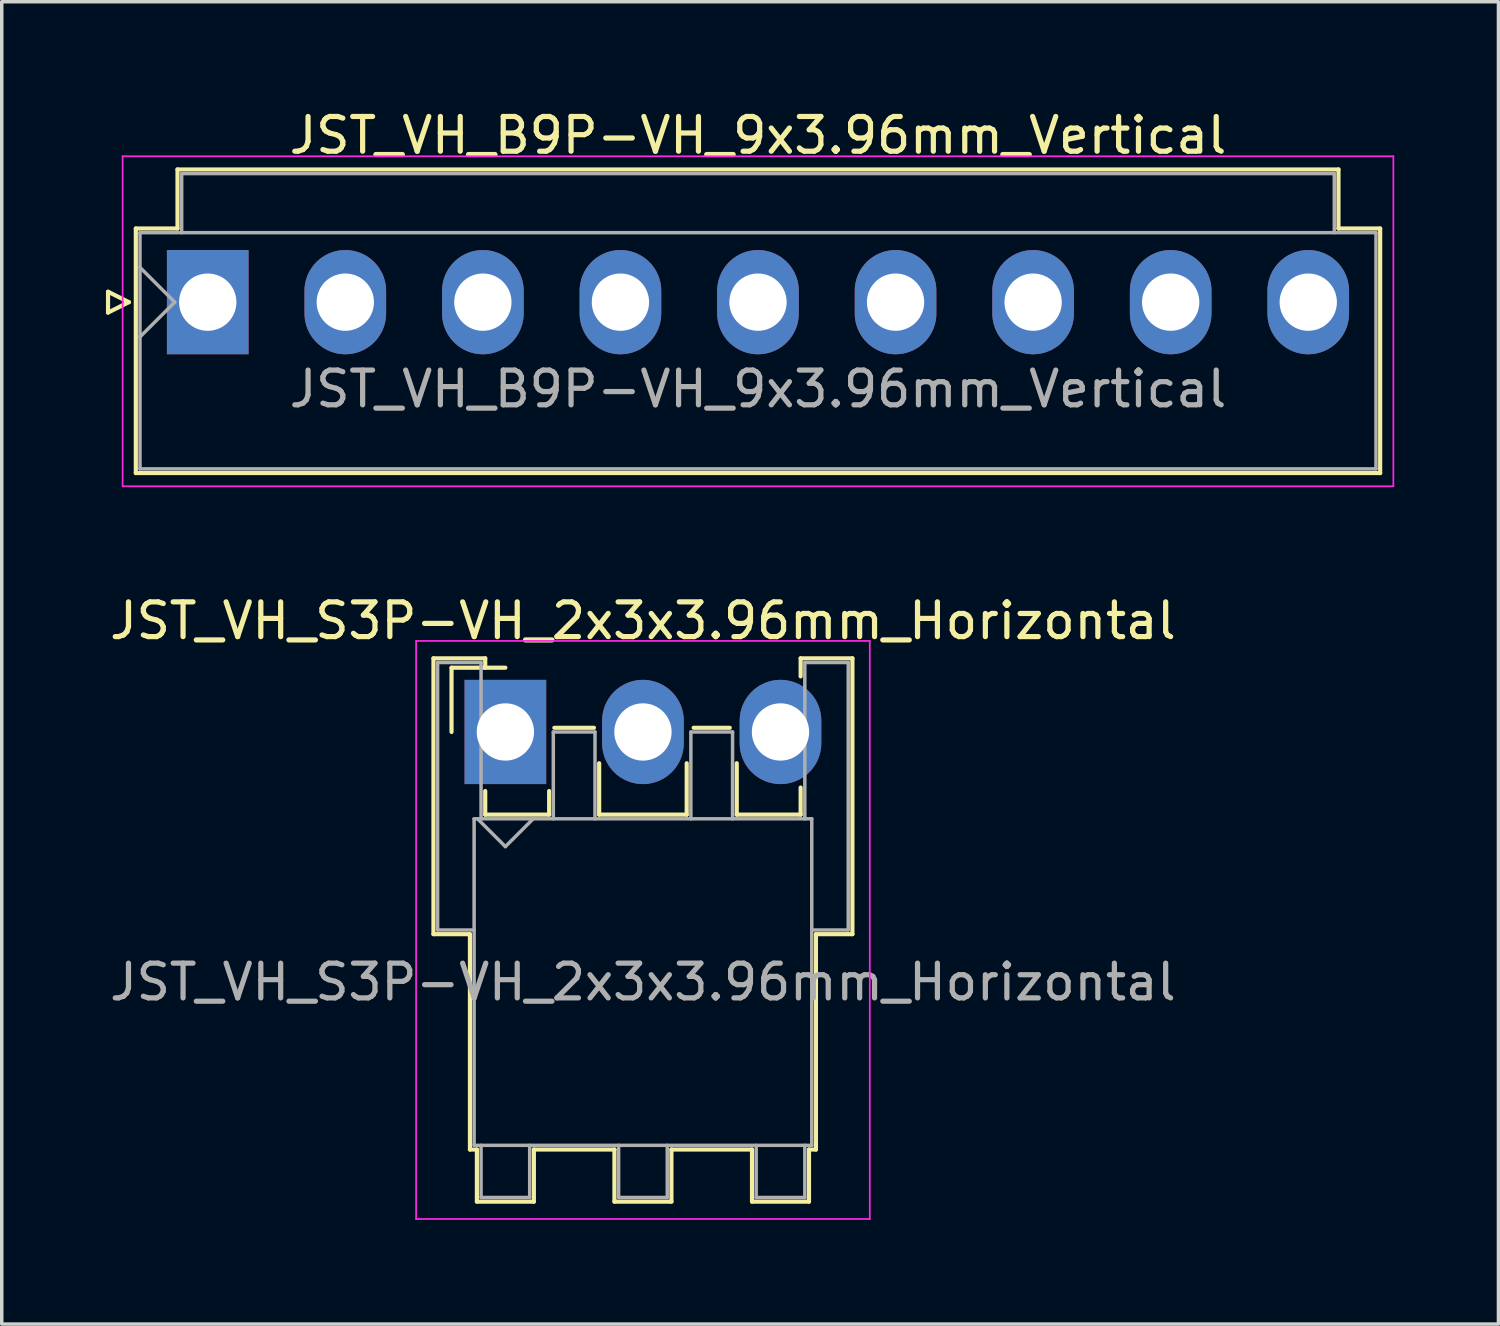
<source format=kicad_pcb>
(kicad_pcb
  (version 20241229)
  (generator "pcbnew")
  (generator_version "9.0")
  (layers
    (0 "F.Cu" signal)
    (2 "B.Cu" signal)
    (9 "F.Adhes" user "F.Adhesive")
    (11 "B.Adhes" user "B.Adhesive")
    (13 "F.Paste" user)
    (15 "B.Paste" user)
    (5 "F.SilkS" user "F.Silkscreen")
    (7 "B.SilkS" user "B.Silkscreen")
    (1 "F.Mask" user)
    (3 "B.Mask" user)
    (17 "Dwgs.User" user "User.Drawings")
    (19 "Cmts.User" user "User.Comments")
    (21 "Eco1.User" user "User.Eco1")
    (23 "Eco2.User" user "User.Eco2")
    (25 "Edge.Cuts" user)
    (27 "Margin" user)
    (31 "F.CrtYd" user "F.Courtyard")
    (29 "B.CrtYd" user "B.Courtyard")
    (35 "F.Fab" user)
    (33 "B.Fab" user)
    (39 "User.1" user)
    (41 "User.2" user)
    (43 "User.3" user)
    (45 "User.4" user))
  (footprint "JST_VH_S3P-VH_2x3x3.96mm_Horizontal"
    (layer "F.Cu")
    (at 11.498 18.021)
    (property "Reference" "JST_VH_S3P-VH_2x3x3.96mm_Horizontal" (at 3.96 -3.2 0) (layer "F.SilkS") (effects (font (size 1 1) (thickness 0.15))))
    (attr through_hole)
    (fp_line (start -2.07 -2.12) (end -0.58 -2.12) (stroke (width 0.12) (type solid)) (layer "F.SilkS"))
    (fp_line (start -2.07 5.82) (end -2.07 -2.12) (stroke (width 0.12) (type solid)) (layer "F.SilkS"))
    (fp_line (start -1.55 -1.85) (end -1.55 0) (stroke (width 0.12) (type solid)) (layer "F.SilkS"))
    (fp_line (start -1.02 5.82) (end -2.07 5.82) (stroke (width 0.12) (type solid)) (layer "F.SilkS"))
    (fp_line (start -1.02 5.82) (end -1.02 12.02) (stroke (width 0.12) (type solid)) (layer "F.SilkS"))
    (fp_line (start -1.02 12.02) (end -0.82 12.02) (stroke (width 0.12) (type solid)) (layer "F.SilkS"))
    (fp_line (start -0.82 12.02) (end -0.82 13.52) (stroke (width 0.12) (type solid)) (layer "F.SilkS"))
    (fp_line (start -0.82 13.52) (end 0.82 13.52) (stroke (width 0.12) (type solid)) (layer "F.SilkS"))
    (fp_line (start -0.58 -2.12) (end -0.58 -1.85) (stroke (width 0.12) (type solid)) (layer "F.SilkS"))
    (fp_line (start -0.58 1.7) (end -0.58 2.38) (stroke (width 0.12) (type solid)) (layer "F.SilkS"))
    (fp_line (start -0.58 2.38) (end 1.26 2.38) (stroke (width 0.12) (type solid)) (layer "F.SilkS"))
    (fp_line (start 0 -1.85) (end -1.55 -1.85) (stroke (width 0.12) (type solid)) (layer "F.SilkS"))
    (fp_line (start 0.82 12.02) (end 3.14 12.02) (stroke (width 0.12) (type solid)) (layer "F.SilkS"))
    (fp_line (start 0.82 13.52) (end 0.82 12.02) (stroke (width 0.12) (type solid)) (layer "F.SilkS"))
    (fp_line (start 1.26 2.38) (end 1.26 1.7) (stroke (width 0.12) (type solid)) (layer "F.SilkS"))
    (fp_line (start 1.41 -0.12) (end 2.55 -0.12) (stroke (width 0.12) (type solid)) (layer "F.SilkS"))
    (fp_line (start 2.7 0.9) (end 2.7 2.38) (stroke (width 0.12) (type solid)) (layer "F.SilkS"))
    (fp_line (start 2.7 2.38) (end 5.22 2.38) (stroke (width 0.12) (type solid)) (layer "F.SilkS"))
    (fp_line (start 3.14 12.02) (end 3.14 13.52) (stroke (width 0.12) (type solid)) (layer "F.SilkS"))
    (fp_line (start 3.14 13.52) (end 4.78 13.52) (stroke (width 0.12) (type solid)) (layer "F.SilkS"))
    (fp_line (start 4.78 12.02) (end 7.1 12.02) (stroke (width 0.12) (type solid)) (layer "F.SilkS"))
    (fp_line (start 4.78 13.52) (end 4.78 12.02) (stroke (width 0.12) (type solid)) (layer "F.SilkS"))
    (fp_line (start 5.22 2.38) (end 5.22 0.9) (stroke (width 0.12) (type solid)) (layer "F.SilkS"))
    (fp_line (start 5.42 -0.12) (end 6.46 -0.12) (stroke (width 0.12) (type solid)) (layer "F.SilkS"))
    (fp_line (start 6.66 0.9) (end 6.66 2.38) (stroke (width 0.12) (type solid)) (layer "F.SilkS"))
    (fp_line (start 6.66 2.38) (end 8.5 2.38) (stroke (width 0.12) (type solid)) (layer "F.SilkS"))
    (fp_line (start 7.1 12.02) (end 7.1 13.52) (stroke (width 0.12) (type solid)) (layer "F.SilkS"))
    (fp_line (start 7.1 13.52) (end 8.74 13.52) (stroke (width 0.12) (type solid)) (layer "F.SilkS"))
    (fp_line (start 8.5 -2.12) (end 9.99 -2.12) (stroke (width 0.12) (type solid)) (layer "F.SilkS"))
    (fp_line (start 8.5 -1.6) (end 8.5 -2.12) (stroke (width 0.12) (type solid)) (layer "F.SilkS"))
    (fp_line (start 8.5 2.38) (end 8.5 1.6) (stroke (width 0.12) (type solid)) (layer "F.SilkS"))
    (fp_line (start 8.74 12.02) (end 8.94 12.02) (stroke (width 0.12) (type solid)) (layer "F.SilkS"))
    (fp_line (start 8.74 13.52) (end 8.74 12.02) (stroke (width 0.12) (type solid)) (layer "F.SilkS"))
    (fp_line (start 8.94 12.02) (end 8.94 5.82) (stroke (width 0.12) (type solid)) (layer "F.SilkS"))
    (fp_line (start 9.99 -2.12) (end 9.99 5.82) (stroke (width 0.12) (type solid)) (layer "F.SilkS"))
    (fp_line (start 9.99 5.82) (end 8.94 5.82) (stroke (width 0.12) (type solid)) (layer "F.SilkS"))
    (fp_line (start -2.57 -2.62) (end -2.57 14.02) (stroke (width 0.05) (type solid)) (layer "F.CrtYd"))
    (fp_line (start -2.57 14.02) (end 10.49 14.02) (stroke (width 0.05) (type solid)) (layer "F.CrtYd"))
    (fp_line (start 10.49 -2.62) (end -2.57 -2.62) (stroke (width 0.05) (type solid)) (layer "F.CrtYd"))
    (fp_line (start 10.49 14.02) (end 10.49 -2.62) (stroke (width 0.05) (type solid)) (layer "F.CrtYd"))
    (fp_line (start -1.95 -2) (end -0.7 -2) (stroke (width 0.1) (type solid)) (layer "F.Fab"))
    (fp_line (start -1.95 5.7) (end -1.95 -2) (stroke (width 0.1) (type solid)) (layer "F.Fab"))
    (fp_line (start -0.9 2.5) (end -0.9 11.9) (stroke (width 0.1) (type solid)) (layer "F.Fab"))
    (fp_line (start -0.9 5.7) (end -1.95 5.7) (stroke (width 0.1) (type solid)) (layer "F.Fab"))
    (fp_line (start -0.9 11.9) (end 8.82 11.9) (stroke (width 0.1) (type solid)) (layer "F.Fab"))
    (fp_line (start -0.8 2.5) (end 0 3.3) (stroke (width 0.1) (type solid)) (layer "F.Fab"))
    (fp_line (start -0.7 -2) (end -0.7 2.5) (stroke (width 0.1) (type solid)) (layer "F.Fab"))
    (fp_line (start -0.7 11.9) (end -0.7 13.4) (stroke (width 0.1) (type solid)) (layer "F.Fab"))
    (fp_line (start -0.7 13.4) (end 0.7 13.4) (stroke (width 0.1) (type solid)) (layer "F.Fab"))
    (fp_line (start 0 3.3) (end 0.8 2.5) (stroke (width 0.1) (type solid)) (layer "F.Fab"))
    (fp_line (start 0.7 13.4) (end 0.7 11.9) (stroke (width 0.1) (type solid)) (layer "F.Fab"))
    (fp_line (start 1.38 0) (end 2.58 0) (stroke (width 0.1) (type solid)) (layer "F.Fab"))
    (fp_line (start 1.38 2.5) (end 1.38 0) (stroke (width 0.1) (type solid)) (layer "F.Fab"))
    (fp_line (start 2.58 0) (end 2.58 2.5) (stroke (width 0.1) (type solid)) (layer "F.Fab"))
    (fp_line (start 3.26 11.9) (end 3.26 13.4) (stroke (width 0.1) (type solid)) (layer "F.Fab"))
    (fp_line (start 3.26 13.4) (end 4.66 13.4) (stroke (width 0.1) (type solid)) (layer "F.Fab"))
    (fp_line (start 4.66 13.4) (end 4.66 11.9) (stroke (width 0.1) (type solid)) (layer "F.Fab"))
    (fp_line (start 5.34 0) (end 6.54 0) (stroke (width 0.1) (type solid)) (layer "F.Fab"))
    (fp_line (start 5.34 2.5) (end 5.34 0) (stroke (width 0.1) (type solid)) (layer "F.Fab"))
    (fp_line (start 6.54 0) (end 6.54 2.5) (stroke (width 0.1) (type solid)) (layer "F.Fab"))
    (fp_line (start 7.22 11.9) (end 7.22 13.4) (stroke (width 0.1) (type solid)) (layer "F.Fab"))
    (fp_line (start 7.22 13.4) (end 8.62 13.4) (stroke (width 0.1) (type solid)) (layer "F.Fab"))
    (fp_line (start 8.62 -2) (end 9.87 -2) (stroke (width 0.1) (type solid)) (layer "F.Fab"))
    (fp_line (start 8.62 2.5) (end 8.62 -2) (stroke (width 0.1) (type solid)) (layer "F.Fab"))
    (fp_line (start 8.62 13.4) (end 8.62 11.9) (stroke (width 0.1) (type solid)) (layer "F.Fab"))
    (fp_line (start 8.82 2.5) (end -0.9 2.5) (stroke (width 0.1) (type solid)) (layer "F.Fab"))
    (fp_line (start 8.82 11.9) (end 8.82 2.5) (stroke (width 0.1) (type solid)) (layer "F.Fab"))
    (fp_line (start 9.87 -2) (end 9.87 5.7) (stroke (width 0.1) (type solid)) (layer "F.Fab"))
    (fp_line (start 9.87 5.7) (end 8.82 5.7) (stroke (width 0.1) (type solid)) (layer "F.Fab"))
    (fp_text user "${REFERENCE}" (at 3.96 7.2 0) (layer "F.Fab") (effects (font (size 1 1) (thickness 0.15))))
    (pad "1" thru_hole rect (at 0 0) (size 2.35 3) (drill 1.65) (layers "*.Cu" "*.Mask"))
    (pad "2" thru_hole oval (at 3.96 0) (size 2.35 3) (drill 1.65) (layers "*.Cu" "*.Mask"))
    (pad "3" thru_hole oval (at 7.92 0) (size 2.35 3) (drill 1.65) (layers "*.Cu" "*.Mask")))
  (footprint "JST_VH_B9P-VH_9x3.96mm_Vertical"
    (layer "F.Cu")
    (at 2.93 5.648)
    (property "Reference" "JST_VH_B9P-VH_9x3.96mm_Vertical" (at 15.84 -4.8 0) (layer "F.SilkS") (effects (font (size 1 1) (thickness 0.15))))
    (attr through_hole)
    (fp_line (start -2.87 -0.3) (end -2.27 0) (stroke (width 0.12) (type solid)) (layer "F.SilkS"))
    (fp_line (start -2.87 0.3) (end -2.87 -0.3) (stroke (width 0.12) (type solid)) (layer "F.SilkS"))
    (fp_line (start -2.27 0) (end -2.87 0.3) (stroke (width 0.12) (type solid)) (layer "F.SilkS"))
    (fp_line (start -2.07 -2.12) (end -0.87 -2.12) (stroke (width 0.12) (type solid)) (layer "F.SilkS"))
    (fp_line (start -2.07 4.92) (end -2.07 -2.12) (stroke (width 0.12) (type solid)) (layer "F.SilkS"))
    (fp_line (start -0.87 -3.82) (end 32.55 -3.82) (stroke (width 0.12) (type solid)) (layer "F.SilkS"))
    (fp_line (start -0.87 -2.12) (end -0.87 -3.82) (stroke (width 0.12) (type solid)) (layer "F.SilkS"))
    (fp_line (start 32.55 -3.82) (end 32.55 -2.12) (stroke (width 0.12) (type solid)) (layer "F.SilkS"))
    (fp_line (start 32.55 -2.12) (end 33.75 -2.12) (stroke (width 0.12) (type solid)) (layer "F.SilkS"))
    (fp_line (start 33.75 -2.12) (end 33.75 4.92) (stroke (width 0.12) (type solid)) (layer "F.SilkS"))
    (fp_line (start 33.75 4.92) (end -2.07 4.92) (stroke (width 0.12) (type solid)) (layer "F.SilkS"))
    (fp_line (start -2.45 -4.2) (end -2.45 5.3) (stroke (width 0.05) (type solid)) (layer "F.CrtYd"))
    (fp_line (start -2.45 5.3) (end 34.13 5.3) (stroke (width 0.05) (type solid)) (layer "F.CrtYd"))
    (fp_line (start 34.13 -4.2) (end -2.45 -4.2) (stroke (width 0.05) (type solid)) (layer "F.CrtYd"))
    (fp_line (start 34.13 5.3) (end 34.13 -4.2) (stroke (width 0.05) (type solid)) (layer "F.CrtYd"))
    (fp_line (start -1.95 -2) (end -1.95 4.8) (stroke (width 0.1) (type solid)) (layer "F.Fab"))
    (fp_line (start -1.95 -1) (end -0.95 0) (stroke (width 0.1) (type solid)) (layer "F.Fab"))
    (fp_line (start -1.95 1) (end -0.95 0) (stroke (width 0.1) (type solid)) (layer "F.Fab"))
    (fp_line (start -1.95 4.8) (end 33.63 4.8) (stroke (width 0.1) (type solid)) (layer "F.Fab"))
    (fp_line (start -0.75 -3.7) (end 32.43 -3.7) (stroke (width 0.1) (type solid)) (layer "F.Fab"))
    (fp_line (start -0.75 -2) (end -0.75 -3.7) (stroke (width 0.1) (type solid)) (layer "F.Fab"))
    (fp_line (start 32.43 -3.7) (end 32.43 -2) (stroke (width 0.1) (type solid)) (layer "F.Fab"))
    (fp_line (start 33.63 -2) (end -1.95 -2) (stroke (width 0.1) (type solid)) (layer "F.Fab"))
    (fp_line (start 33.63 4.8) (end 33.63 -2) (stroke (width 0.1) (type solid)) (layer "F.Fab"))
    (fp_text user "${REFERENCE}" (at 15.84 2.5 0) (layer "F.Fab") (effects (font (size 1 1) (thickness 0.15))))
    (pad "1" thru_hole rect (at 0 0) (size 2.35 3) (drill 1.65) (layers "*.Cu" "*.Mask"))
    (pad "2" thru_hole oval (at 3.96 0) (size 2.35 3) (drill 1.65) (layers "*.Cu" "*.Mask"))
    (pad "3" thru_hole oval (at 7.92 0) (size 2.35 3) (drill 1.65) (layers "*.Cu" "*.Mask"))
    (pad "4" thru_hole oval (at 11.88 0) (size 2.35 3) (drill 1.65) (layers "*.Cu" "*.Mask"))
    (pad "5" thru_hole oval (at 15.84 0) (size 2.35 3) (drill 1.65) (layers "*.Cu" "*.Mask"))
    (pad "6" thru_hole oval (at 19.8 0) (size 2.35 3) (drill 1.65) (layers "*.Cu" "*.Mask"))
    (pad "7" thru_hole oval (at 23.76 0) (size 2.35 3) (drill 1.65) (layers "*.Cu" "*.Mask"))
    (pad "8" thru_hole oval (at 27.72 0) (size 2.35 3) (drill 1.65) (layers "*.Cu" "*.Mask"))
    (pad "9" thru_hole oval (at 31.68 0) (size 2.35 3) (drill 1.65) (layers "*.Cu" "*.Mask")))
  (gr_rect
    (start -3 -3)
    (end 40.085 35.066)
    (stroke (width 0.1) (type default))
    (fill no)
    (layer "Edge.Cuts")))
</source>
